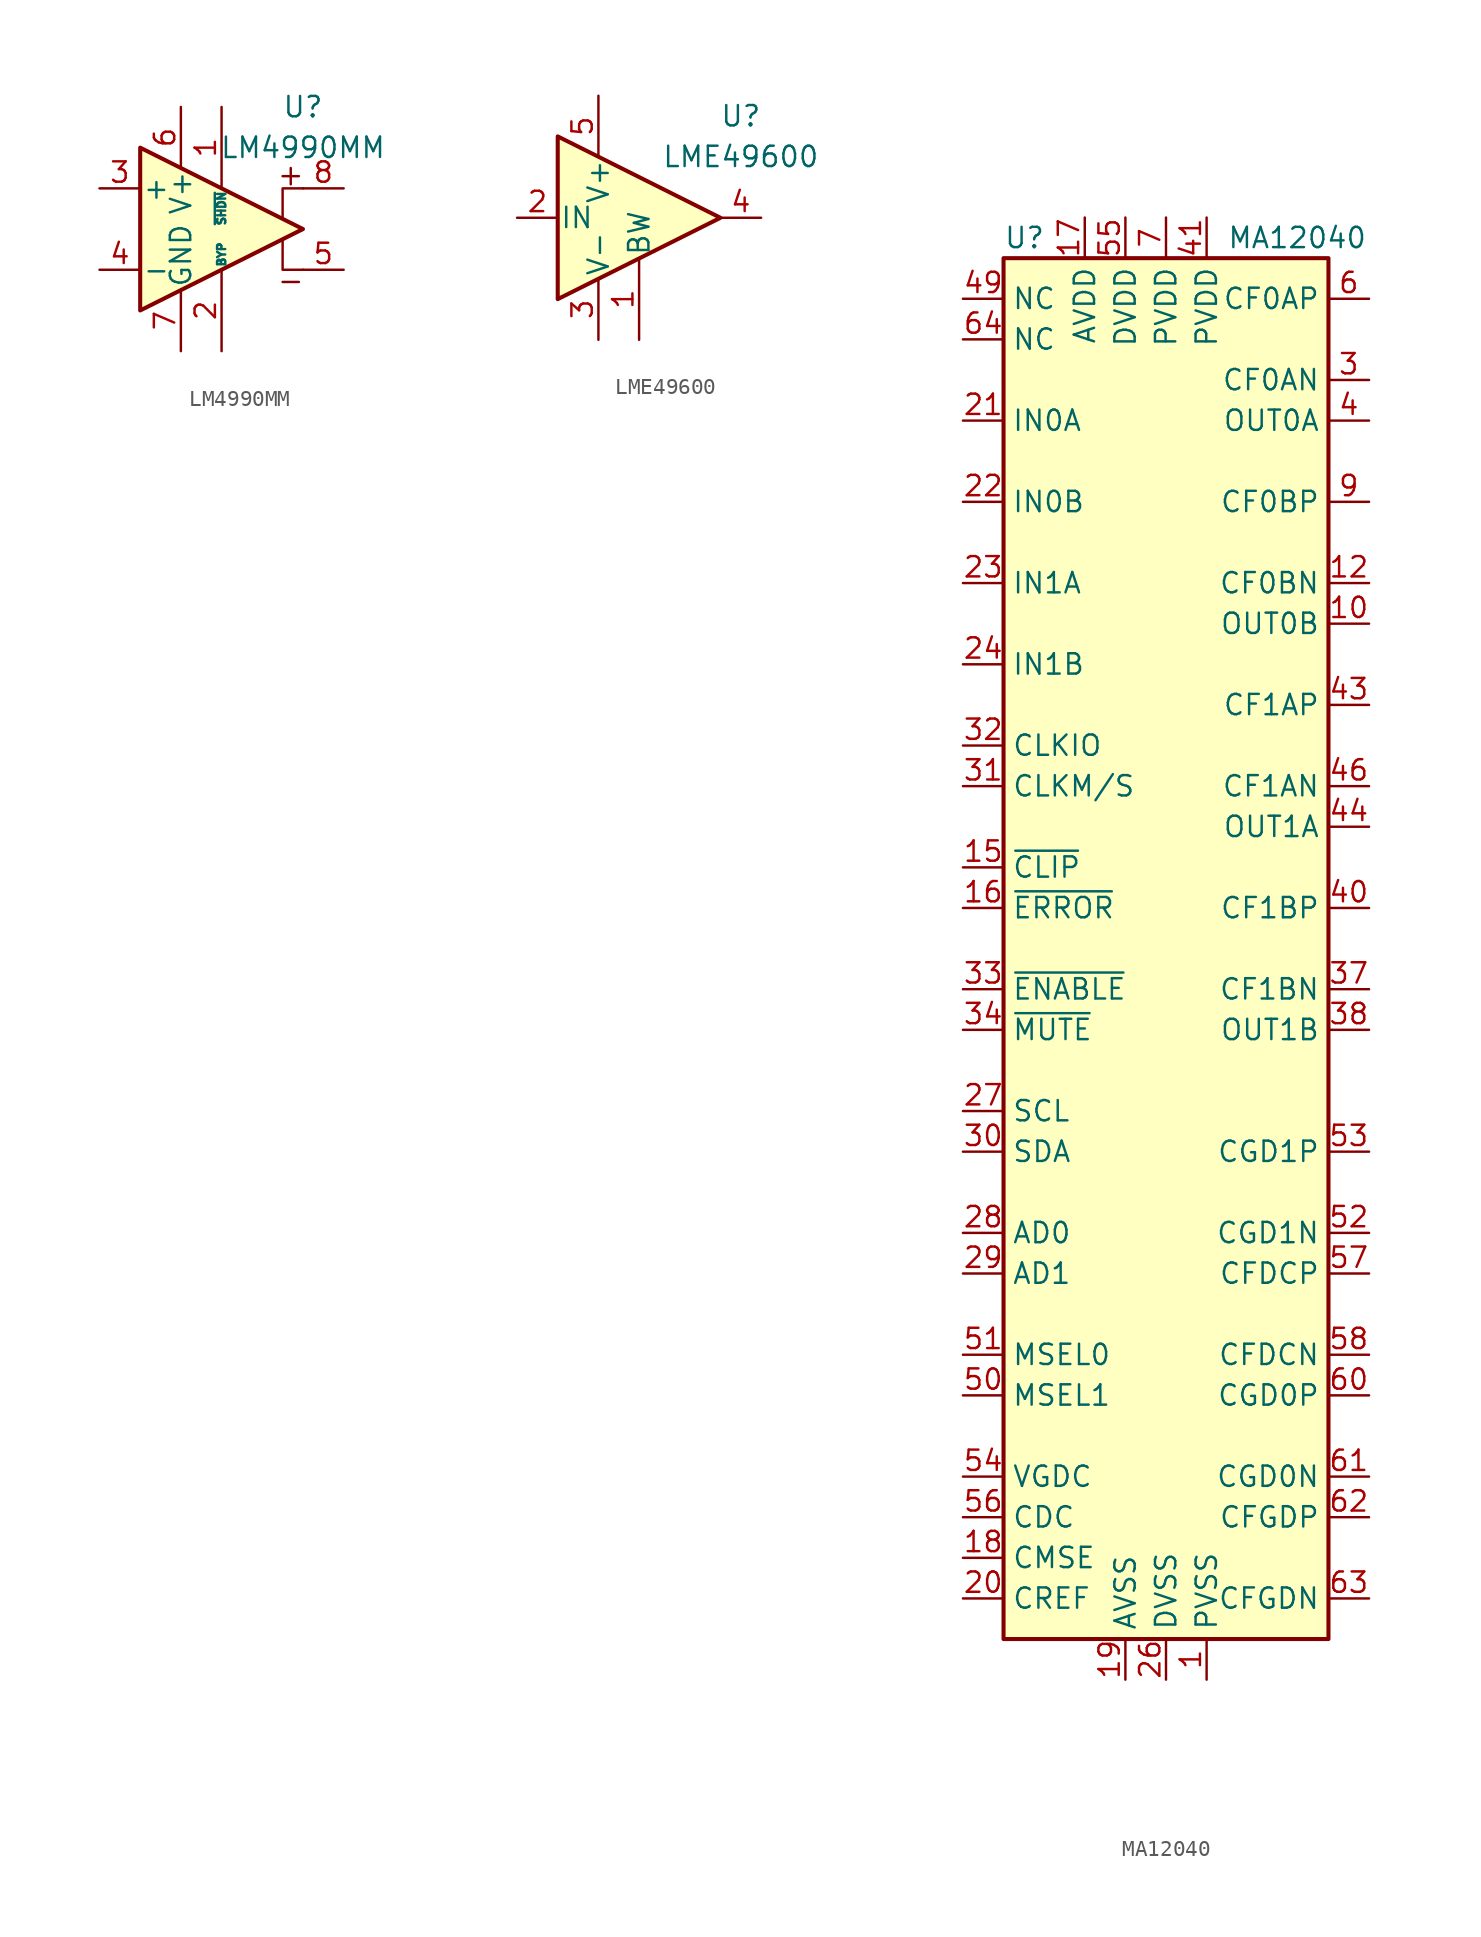
<source format=kicad_sym>
(kicad_symbol_lib
  (version 20201005)
  (generator kicad_symbol_editor)
  (symbol "LM4990MM"
    (pin_names
      (offset 0.127))
    (property "Reference" "U"
      (at 5.08 7.62 0)
      (effects (font (size 1.27 1.27))))
    (property "Value" "LM4990MM"
      (at 5.08 5.08 0)
      (effects (font (size 1.27 1.27))))
    (symbol "LM4990MM_0_1"
      (polyline (pts (xy 3.81 -0.635) (xy 3.81 -2.54) (xy 5.08 -2.54)) (stroke (width 0)) (fill (type none)))
      (polyline (pts (xy 5.08 2.54) (xy 3.81 2.54) (xy 3.81 0.635)) (stroke (width 0)) (fill (type none)))
      (polyline (pts (xy -5.08 5.08) (xy 5.08 0) (xy -5.08 -5.08) (xy -5.08 5.08)) (stroke (width 0.254)) (fill (type background))))
    (symbol "LM4990MM_1_1"
      (polyline (pts (xy 3.81 -3.302) (xy 4.826 -3.302)) (stroke (width 0)) (fill (type none)))
      (polyline (pts (xy 4.318 3.81) (xy 4.318 2.794)) (stroke (width 0)) (fill (type none)))
      (polyline (pts (xy 4.826 3.302) (xy 3.81 3.302)) (stroke (width 0)) (fill (type none)))
      (pin output line (at 0 7.62 270) (length 5.08) (name "~SHDN" (effects (font (size 0.508 0.508)))) (number "1" (effects (font (size 1.27 1.27)))))
      (pin input line (at 0 -7.62 90) (length 5.08) (name "BYP" (effects (font (size 0.508 0.508)))) (number "2" (effects (font (size 1.27 1.27)))))
      (pin input line (at -7.62 2.54 0) (length 2.54) (name "+" (effects (font (size 1.27 1.27)))) (number "3" (effects (font (size 1.27 1.27)))))
      (pin input line (at -7.62 -2.54 0) (length 2.54) (name "-" (effects (font (size 1.27 1.27)))) (number "4" (effects (font (size 1.27 1.27)))))
      (pin output line (at 7.62 -2.54 180) (length 2.54) (name "~" (effects (font (size 1.27 1.27)))) (number "5" (effects (font (size 1.27 1.27)))))
      (pin power_in line (at -2.54 7.62 270) (length 3.81) (name "V+" (effects (font (size 1.27 1.27)))) (number "6" (effects (font (size 1.27 1.27)))))
      (pin power_in line (at -2.54 -7.62 90) (length 3.81) (name "GND" (effects (font (size 1.27 1.27)))) (number "7" (effects (font (size 1.27 1.27)))))
      (pin output line (at 7.62 2.54 180) (length 2.54) (name "~" (effects (font (size 1.27 1.27)))) (number "8" (effects (font (size 1.27 1.27)))))))
  (symbol "LME49600"
    (pin_names
      (offset 0.127))
    (property "Reference" "U"
      (at 6.35 6.35 0)
      (effects (font (size 1.27 1.27))))
    (property "Value" "LME49600"
      (at 6.35 3.81 0)
      (effects (font (size 1.27 1.27))))
    (symbol "LME49600_0_1"
      (polyline (pts (xy -5.08 5.08) (xy 5.08 0) (xy -5.08 -5.08) (xy -5.08 5.08)) (stroke (width 0.254)) (fill (type background))))
    (symbol "LME49600_1_1"
      (pin passive line (at 0 -7.62 90) (length 5.08) (name "BW" (effects (font (size 1.27 1.27)))) (number "1" (effects (font (size 1.27 1.27)))))
      (pin input line (at -7.62 0 0) (length 2.54) (name "IN" (effects (font (size 1.27 1.27)))) (number "2" (effects (font (size 1.27 1.27)))))
      (pin power_in line (at -2.54 -7.62 90) (length 3.81) (name "V-" (effects (font (size 1.27 1.27)))) (number "3" (effects (font (size 1.27 1.27)))))
      (pin output line (at 7.62 0 180) (length 2.54) (name "~" (effects (font (size 1.27 1.27)))) (number "4" (effects (font (size 1.27 1.27)))))
      (pin power_in line (at -2.54 7.62 270) (length 3.81) (name "V+" (effects (font (size 1.27 1.27)))) (number "5" (effects (font (size 1.27 1.27)))))))
  (symbol "MA12040"
    (property "Reference" "U"
      (at -10.16 44.45 0)
      (effects (font (size 1.27 1.27)) (justify left)))
    (property "Value" "MA12040"
      (at 3.81 44.45 0)
      (effects (font (size 1.27 1.27)) (justify left)))
    (symbol "MA12040_0_1"
      (rectangle (start -10.16 -43.18) (end 10.16 43.18) (stroke (width 0.254)) (fill (type background))))
    (symbol "MA12040_1_1"
      (pin power_in line (at 2.54 -45.72 90) (length 2.54) (name "PVSS" (effects (font (size 1.27 1.27)))) (number "1" (effects (font (size 1.27 1.27)))))
      (pin output line (at 12.7 20.32 180) (length 2.54) (name "OUT0B" (effects (font (size 1.27 1.27)))) (number "10" (effects (font (size 1.27 1.27)))))
      (pin passive line (at 12.7 20.32 180) (length 2.54) hide (name "OUT0B" (effects (font (size 1.27 1.27)))) (number "11" (effects (font (size 1.27 1.27)))))
      (pin passive line (at 12.7 22.86 180) (length 2.54) (name "CF0BN" (effects (font (size 1.27 1.27)))) (number "12" (effects (font (size 1.27 1.27)))))
      (pin passive line (at 2.54 -45.72 90) (length 2.54) hide (name "PVSS" (effects (font (size 1.27 1.27)))) (number "13" (effects (font (size 1.27 1.27)))))
      (pin passive line (at 2.54 -45.72 90) (length 2.54) hide (name "PVSS" (effects (font (size 1.27 1.27)))) (number "14" (effects (font (size 1.27 1.27)))))
      (pin output line (at -12.7 5.08 0) (length 2.54) (name "~CLIP" (effects (font (size 1.27 1.27)))) (number "15" (effects (font (size 1.27 1.27)))))
      (pin output line (at -12.7 2.54 0) (length 2.54) (name "~ERROR" (effects (font (size 1.27 1.27)))) (number "16" (effects (font (size 1.27 1.27)))))
      (pin power_in line (at -5.08 45.72 270) (length 2.54) (name "AVDD" (effects (font (size 1.27 1.27)))) (number "17" (effects (font (size 1.27 1.27)))))
      (pin passive line (at -12.7 -38.1 0) (length 2.54) (name "CMSE" (effects (font (size 1.27 1.27)))) (number "18" (effects (font (size 1.27 1.27)))))
      (pin power_in line (at -2.54 -45.72 90) (length 2.54) (name "AVSS" (effects (font (size 1.27 1.27)))) (number "19" (effects (font (size 1.27 1.27)))))
      (pin passive line (at 2.54 -45.72 90) (length 2.54) hide (name "PVSS" (effects (font (size 1.27 1.27)))) (number "2" (effects (font (size 1.27 1.27)))))
      (pin passive line (at -12.7 -40.64 0) (length 2.54) (name "CREF" (effects (font (size 1.27 1.27)))) (number "20" (effects (font (size 1.27 1.27)))))
      (pin input line (at -12.7 33.02 0) (length 2.54) (name "IN0A" (effects (font (size 1.27 1.27)))) (number "21" (effects (font (size 1.27 1.27)))))
      (pin input line (at -12.7 27.94 0) (length 2.54) (name "IN0B" (effects (font (size 1.27 1.27)))) (number "22" (effects (font (size 1.27 1.27)))))
      (pin input line (at -12.7 22.86 0) (length 2.54) (name "IN1A" (effects (font (size 1.27 1.27)))) (number "23" (effects (font (size 1.27 1.27)))))
      (pin input line (at -12.7 17.78 0) (length 2.54) (name "IN1B" (effects (font (size 1.27 1.27)))) (number "24" (effects (font (size 1.27 1.27)))))
      (pin passive line (at -2.54 -45.72 90) (length 2.54) hide (name "AVSS" (effects (font (size 1.27 1.27)))) (number "25" (effects (font (size 1.27 1.27)))))
      (pin power_in line (at 0 -45.72 90) (length 2.54) (name "DVSS" (effects (font (size 1.27 1.27)))) (number "26" (effects (font (size 1.27 1.27)))))
      (pin input line (at -12.7 -10.16 0) (length 2.54) (name "SCL" (effects (font (size 1.27 1.27)))) (number "27" (effects (font (size 1.27 1.27)))))
      (pin input line (at -12.7 -17.78 0) (length 2.54) (name "AD0" (effects (font (size 1.27 1.27)))) (number "28" (effects (font (size 1.27 1.27)))))
      (pin input line (at -12.7 -20.32 0) (length 2.54) (name "AD1" (effects (font (size 1.27 1.27)))) (number "29" (effects (font (size 1.27 1.27)))))
      (pin passive line (at 12.7 35.56 180) (length 2.54) (name "CF0AN" (effects (font (size 1.27 1.27)))) (number "3" (effects (font (size 1.27 1.27)))))
      (pin bidirectional line (at -12.7 -12.7 0) (length 2.54) (name "SDA" (effects (font (size 1.27 1.27)))) (number "30" (effects (font (size 1.27 1.27)))))
      (pin input line (at -12.7 10.16 0) (length 2.54) (name "CLKM/S" (effects (font (size 1.27 1.27)))) (number "31" (effects (font (size 1.27 1.27)))))
      (pin bidirectional line (at -12.7 12.7 0) (length 2.54) (name "CLKIO" (effects (font (size 1.27 1.27)))) (number "32" (effects (font (size 1.27 1.27)))))
      (pin input line (at -12.7 -2.54 0) (length 2.54) (name "~ENABLE" (effects (font (size 1.27 1.27)))) (number "33" (effects (font (size 1.27 1.27)))))
      (pin input line (at -12.7 -5.08 0) (length 2.54) (name "~MUTE" (effects (font (size 1.27 1.27)))) (number "34" (effects (font (size 1.27 1.27)))))
      (pin passive line (at 2.54 -45.72 90) (length 2.54) hide (name "PVSS" (effects (font (size 1.27 1.27)))) (number "35" (effects (font (size 1.27 1.27)))))
      (pin passive line (at 2.54 -45.72 90) (length 2.54) hide (name "PVSS" (effects (font (size 1.27 1.27)))) (number "36" (effects (font (size 1.27 1.27)))))
      (pin passive line (at 12.7 -2.54 180) (length 2.54) (name "CF1BN" (effects (font (size 1.27 1.27)))) (number "37" (effects (font (size 1.27 1.27)))))
      (pin output line (at 12.7 -5.08 180) (length 2.54) (name "OUT1B" (effects (font (size 1.27 1.27)))) (number "38" (effects (font (size 1.27 1.27)))))
      (pin passive line (at 12.7 -5.08 180) (length 2.54) hide (name "OUT1B" (effects (font (size 1.27 1.27)))) (number "39" (effects (font (size 1.27 1.27)))))
      (pin output line (at 12.7 33.02 180) (length 2.54) (name "OUT0A" (effects (font (size 1.27 1.27)))) (number "4" (effects (font (size 1.27 1.27)))))
      (pin passive line (at 12.7 2.54 180) (length 2.54) (name "CF1BP" (effects (font (size 1.27 1.27)))) (number "40" (effects (font (size 1.27 1.27)))))
      (pin power_in line (at 2.54 45.72 270) (length 2.54) (name "PVDD" (effects (font (size 1.27 1.27)))) (number "41" (effects (font (size 1.27 1.27)))))
      (pin passive line (at 2.54 45.72 270) (length 2.54) hide (name "PVDD" (effects (font (size 1.27 1.27)))) (number "42" (effects (font (size 1.27 1.27)))))
      (pin passive line (at 12.7 15.24 180) (length 2.54) (name "CF1AP" (effects (font (size 1.27 1.27)))) (number "43" (effects (font (size 1.27 1.27)))))
      (pin output line (at 12.7 7.62 180) (length 2.54) (name "OUT1A" (effects (font (size 1.27 1.27)))) (number "44" (effects (font (size 1.27 1.27)))))
      (pin passive line (at 12.7 7.62 180) (length 2.54) hide (name "OUT1A" (effects (font (size 1.27 1.27)))) (number "45" (effects (font (size 1.27 1.27)))))
      (pin passive line (at 12.7 10.16 180) (length 2.54) (name "CF1AN" (effects (font (size 1.27 1.27)))) (number "46" (effects (font (size 1.27 1.27)))))
      (pin passive line (at 2.54 -45.72 90) (length 2.54) hide (name "PVSS" (effects (font (size 1.27 1.27)))) (number "47" (effects (font (size 1.27 1.27)))))
      (pin passive line (at 2.54 -45.72 90) (length 2.54) hide (name "PVSS" (effects (font (size 1.27 1.27)))) (number "48" (effects (font (size 1.27 1.27)))))
      (pin passive line (at -12.7 40.64 0) (length 2.54) (name "NC" (effects (font (size 1.27 1.27)))) (number "49" (effects (font (size 1.27 1.27)))))
      (pin passive line (at 12.7 33.02 180) (length 2.54) hide (name "OUT0A" (effects (font (size 1.27 1.27)))) (number "5" (effects (font (size 1.27 1.27)))))
      (pin input line (at -12.7 -27.94 0) (length 2.54) (name "MSEL1" (effects (font (size 1.27 1.27)))) (number "50" (effects (font (size 1.27 1.27)))))
      (pin input line (at -12.7 -25.4 0) (length 2.54) (name "MSEL0" (effects (font (size 1.27 1.27)))) (number "51" (effects (font (size 1.27 1.27)))))
      (pin passive line (at 12.7 -17.78 180) (length 2.54) (name "CGD1N" (effects (font (size 1.27 1.27)))) (number "52" (effects (font (size 1.27 1.27)))))
      (pin passive line (at 12.7 -12.7 180) (length 2.54) (name "CGD1P" (effects (font (size 1.27 1.27)))) (number "53" (effects (font (size 1.27 1.27)))))
      (pin passive line (at -12.7 -33.02 0) (length 2.54) (name "VGDC" (effects (font (size 1.27 1.27)))) (number "54" (effects (font (size 1.27 1.27)))))
      (pin power_in line (at -2.54 45.72 270) (length 2.54) (name "DVDD" (effects (font (size 1.27 1.27)))) (number "55" (effects (font (size 1.27 1.27)))))
      (pin passive line (at -12.7 -35.56 0) (length 2.54) (name "CDC" (effects (font (size 1.27 1.27)))) (number "56" (effects (font (size 1.27 1.27)))))
      (pin passive line (at 12.7 -20.32 180) (length 2.54) (name "CFDCP" (effects (font (size 1.27 1.27)))) (number "57" (effects (font (size 1.27 1.27)))))
      (pin passive line (at 12.7 -25.4 180) (length 2.54) (name "CFDCN" (effects (font (size 1.27 1.27)))) (number "58" (effects (font (size 1.27 1.27)))))
      (pin passive line (at 0 -45.72 90) (length 2.54) hide (name "DVSS" (effects (font (size 1.27 1.27)))) (number "59" (effects (font (size 1.27 1.27)))))
      (pin passive line (at 12.7 40.64 180) (length 2.54) (name "CF0AP" (effects (font (size 1.27 1.27)))) (number "6" (effects (font (size 1.27 1.27)))))
      (pin passive line (at 12.7 -27.94 180) (length 2.54) (name "CGD0P" (effects (font (size 1.27 1.27)))) (number "60" (effects (font (size 1.27 1.27)))))
      (pin passive line (at 12.7 -33.02 180) (length 2.54) (name "CGD0N" (effects (font (size 1.27 1.27)))) (number "61" (effects (font (size 1.27 1.27)))))
      (pin passive line (at 12.7 -35.56 180) (length 2.54) (name "CFGDP" (effects (font (size 1.27 1.27)))) (number "62" (effects (font (size 1.27 1.27)))))
      (pin passive line (at 12.7 -40.64 180) (length 2.54) (name "CFGDN" (effects (font (size 1.27 1.27)))) (number "63" (effects (font (size 1.27 1.27)))))
      (pin passive line (at -12.7 38.1 0) (length 2.54) (name "NC" (effects (font (size 1.27 1.27)))) (number "64" (effects (font (size 1.27 1.27)))))
      (pin power_in line (at 0 45.72 270) (length 2.54) (name "PVDD" (effects (font (size 1.27 1.27)))) (number "7" (effects (font (size 1.27 1.27)))))
      (pin passive line (at 0 45.72 270) (length 2.54) hide (name "PVDD" (effects (font (size 1.27 1.27)))) (number "8" (effects (font (size 1.27 1.27)))))
      (pin passive line (at 12.7 27.94 180) (length 2.54) (name "CF0BP" (effects (font (size 1.27 1.27)))) (number "9" (effects (font (size 1.27 1.27))))))))
</source>
